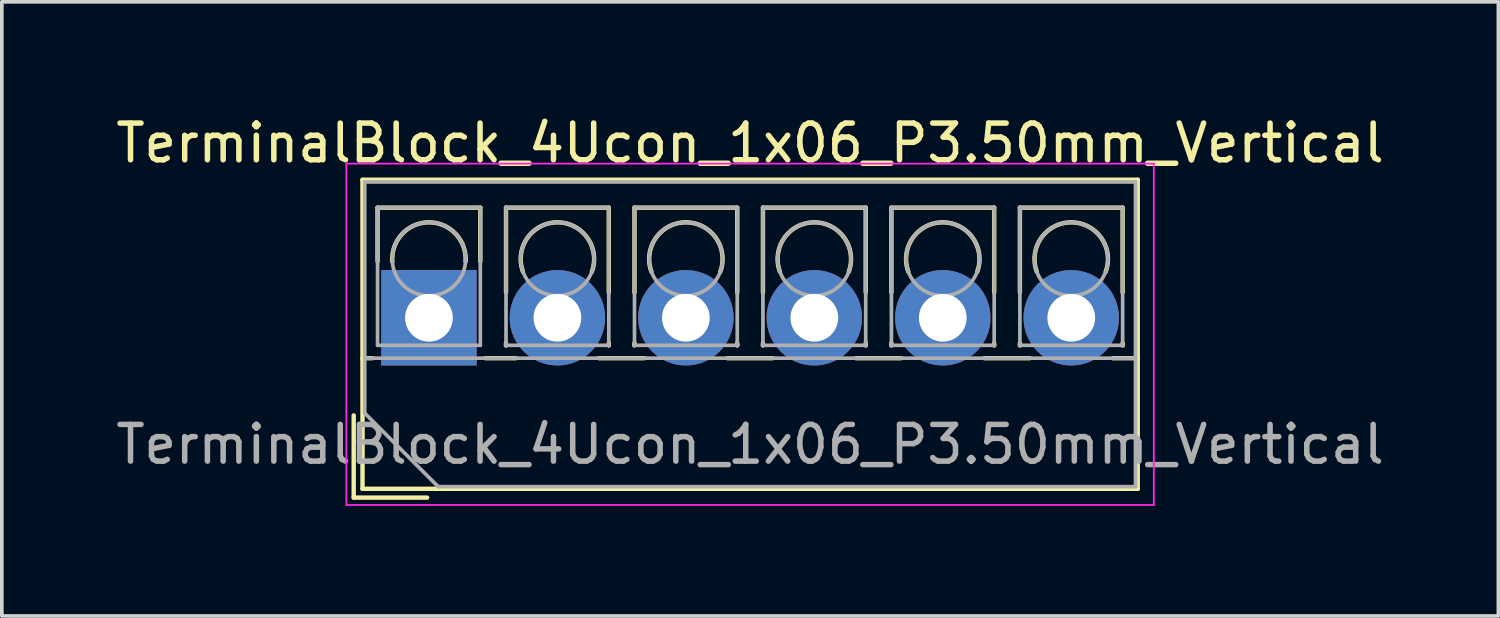
<source format=kicad_pcb>
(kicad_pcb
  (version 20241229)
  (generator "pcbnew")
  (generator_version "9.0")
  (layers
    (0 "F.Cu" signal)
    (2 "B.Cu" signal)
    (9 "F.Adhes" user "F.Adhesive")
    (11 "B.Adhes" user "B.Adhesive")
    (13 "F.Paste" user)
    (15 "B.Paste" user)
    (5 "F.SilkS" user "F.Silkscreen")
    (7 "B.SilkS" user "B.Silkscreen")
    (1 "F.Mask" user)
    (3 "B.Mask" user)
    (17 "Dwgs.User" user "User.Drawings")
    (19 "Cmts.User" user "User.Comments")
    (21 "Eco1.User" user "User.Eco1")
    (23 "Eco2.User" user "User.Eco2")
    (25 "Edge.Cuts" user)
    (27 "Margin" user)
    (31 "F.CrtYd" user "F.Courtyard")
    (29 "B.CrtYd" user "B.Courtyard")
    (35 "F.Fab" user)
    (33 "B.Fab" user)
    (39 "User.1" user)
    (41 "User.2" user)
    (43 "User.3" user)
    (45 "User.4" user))
  (footprint "TerminalBlock_4Ucon_1x06_P3.50mm_Vertical"
    (layer "F.Cu")
    (at 8.637 5.608)
    (property "Reference" "TerminalBlock_4Ucon_1x06_P3.50mm_Vertical" (at 8.75 -4.76 0) (layer "F.SilkS") (effects (font (size 1 1) (thickness 0.15))))
    (attr through_hole)
    (fp_line (start -2.05 2.66) (end -2.05 4.9) (stroke (width 0.12) (type solid)) (layer "F.SilkS"))
    (fp_line (start -2.05 4.9) (end -0.05 4.9) (stroke (width 0.12) (type solid)) (layer "F.SilkS"))
    (fp_line (start -1.81 -3.76) (end -1.81 4.66) (stroke (width 0.12) (type solid)) (layer "F.SilkS"))
    (fp_line (start -1.81 -3.76) (end 19.311 -3.76) (stroke (width 0.12) (type solid)) (layer "F.SilkS"))
    (fp_line (start -1.81 1.101) (end -1.54 1.101) (stroke (width 0.12) (type solid)) (layer "F.SilkS"))
    (fp_line (start -1.81 4.66) (end 19.311 4.66) (stroke (width 0.12) (type solid)) (layer "F.SilkS"))
    (fp_line (start -1.4 -3) (end -1.4 -1.54) (stroke (width 0.12) (type solid)) (layer "F.SilkS"))
    (fp_line (start -1.4 -3) (end 1.4 -3) (stroke (width 0.12) (type solid)) (layer "F.SilkS"))
    (fp_line (start 1.4 -3) (end 1.4 -1.54) (stroke (width 0.12) (type solid)) (layer "F.SilkS"))
    (fp_line (start 1.54 1.101) (end 2.367 1.101) (stroke (width 0.12) (type solid)) (layer "F.SilkS"))
    (fp_line (start 2.1 -3) (end 2.1 -0.689) (stroke (width 0.12) (type solid)) (layer "F.SilkS"))
    (fp_line (start 2.1 -3) (end 4.9 -3) (stroke (width 0.12) (type solid)) (layer "F.SilkS"))
    (fp_line (start 2.1 0.689) (end 2.1 0.75) (stroke (width 0.12) (type solid)) (layer "F.SilkS"))
    (fp_line (start 2.1 0.75) (end 2.101 0.75) (stroke (width 0.12) (type solid)) (layer "F.SilkS"))
    (fp_line (start 4.634 1.101) (end 5.867 1.101) (stroke (width 0.12) (type solid)) (layer "F.SilkS"))
    (fp_line (start 4.9 -3) (end 4.9 -0.689) (stroke (width 0.12) (type solid)) (layer "F.SilkS"))
    (fp_line (start 4.9 0.689) (end 4.9 0.75) (stroke (width 0.12) (type solid)) (layer "F.SilkS"))
    (fp_line (start 4.9 0.75) (end 4.9 0.75) (stroke (width 0.12) (type solid)) (layer "F.SilkS"))
    (fp_line (start 5.6 -3) (end 5.6 -0.689) (stroke (width 0.12) (type solid)) (layer "F.SilkS"))
    (fp_line (start 5.6 -3) (end 8.4 -3) (stroke (width 0.12) (type solid)) (layer "F.SilkS"))
    (fp_line (start 5.6 0.689) (end 5.6 0.75) (stroke (width 0.12) (type solid)) (layer "F.SilkS"))
    (fp_line (start 5.6 0.75) (end 5.601 0.75) (stroke (width 0.12) (type solid)) (layer "F.SilkS"))
    (fp_line (start 8.134 1.101) (end 9.367 1.101) (stroke (width 0.12) (type solid)) (layer "F.SilkS"))
    (fp_line (start 8.4 -3) (end 8.4 -0.689) (stroke (width 0.12) (type solid)) (layer "F.SilkS"))
    (fp_line (start 8.4 0.689) (end 8.4 0.75) (stroke (width 0.12) (type solid)) (layer "F.SilkS"))
    (fp_line (start 8.4 0.75) (end 8.4 0.75) (stroke (width 0.12) (type solid)) (layer "F.SilkS"))
    (fp_line (start 9.1 -3) (end 9.1 -0.689) (stroke (width 0.12) (type solid)) (layer "F.SilkS"))
    (fp_line (start 9.1 -3) (end 11.9 -3) (stroke (width 0.12) (type solid)) (layer "F.SilkS"))
    (fp_line (start 9.1 0.689) (end 9.1 0.75) (stroke (width 0.12) (type solid)) (layer "F.SilkS"))
    (fp_line (start 9.1 0.75) (end 9.101 0.75) (stroke (width 0.12) (type solid)) (layer "F.SilkS"))
    (fp_line (start 11.634 1.101) (end 12.867 1.101) (stroke (width 0.12) (type solid)) (layer "F.SilkS"))
    (fp_line (start 11.9 -3) (end 11.9 -0.689) (stroke (width 0.12) (type solid)) (layer "F.SilkS"))
    (fp_line (start 11.9 0.689) (end 11.9 0.75) (stroke (width 0.12) (type solid)) (layer "F.SilkS"))
    (fp_line (start 11.9 0.75) (end 11.9 0.75) (stroke (width 0.12) (type solid)) (layer "F.SilkS"))
    (fp_line (start 12.6 -3) (end 12.6 -0.689) (stroke (width 0.12) (type solid)) (layer "F.SilkS"))
    (fp_line (start 12.6 -3) (end 15.4 -3) (stroke (width 0.12) (type solid)) (layer "F.SilkS"))
    (fp_line (start 12.6 0.689) (end 12.6 0.75) (stroke (width 0.12) (type solid)) (layer "F.SilkS"))
    (fp_line (start 12.6 0.75) (end 12.601 0.75) (stroke (width 0.12) (type solid)) (layer "F.SilkS"))
    (fp_line (start 15.134 1.101) (end 16.367 1.101) (stroke (width 0.12) (type solid)) (layer "F.SilkS"))
    (fp_line (start 15.4 -3) (end 15.4 -0.689) (stroke (width 0.12) (type solid)) (layer "F.SilkS"))
    (fp_line (start 15.4 0.689) (end 15.4 0.75) (stroke (width 0.12) (type solid)) (layer "F.SilkS"))
    (fp_line (start 15.4 0.75) (end 15.4 0.75) (stroke (width 0.12) (type solid)) (layer "F.SilkS"))
    (fp_line (start 16.101 -3) (end 16.101 -0.689) (stroke (width 0.12) (type solid)) (layer "F.SilkS"))
    (fp_line (start 16.101 -3) (end 18.9 -3) (stroke (width 0.12) (type solid)) (layer "F.SilkS"))
    (fp_line (start 16.101 0.689) (end 16.101 0.75) (stroke (width 0.12) (type solid)) (layer "F.SilkS"))
    (fp_line (start 16.101 0.75) (end 16.101 0.75) (stroke (width 0.12) (type solid)) (layer "F.SilkS"))
    (fp_line (start 18.634 1.101) (end 19.311 1.101) (stroke (width 0.12) (type solid)) (layer "F.SilkS"))
    (fp_line (start 18.9 -3) (end 18.9 -0.689) (stroke (width 0.12) (type solid)) (layer "F.SilkS"))
    (fp_line (start 18.9 0.689) (end 18.9 0.75) (stroke (width 0.12) (type solid)) (layer "F.SilkS"))
    (fp_line (start 18.9 0.75) (end 18.9 0.75) (stroke (width 0.12) (type solid)) (layer "F.SilkS"))
    (fp_line (start 19.311 -3.76) (end 19.311 4.66) (stroke (width 0.12) (type solid)) (layer "F.SilkS"))
    (fp_arc (start -0.99789 -1.529434) (mid -0.000785 -2.600382) (end 0.998 -1.531) (stroke (width 0.12) (type solid)) (layer "F.SilkS"))
    (fp_arc (start 2.560085 -1.257767) (mid 3.499876 -2.600282) (end 4.44 -1.258) (stroke (width 0.12) (type solid)) (layer "F.SilkS"))
    (fp_arc (start 6.060085 -1.257767) (mid 6.999876 -2.600282) (end 7.94 -1.258) (stroke (width 0.12) (type solid)) (layer "F.SilkS"))
    (fp_arc (start 9.560085 -1.257767) (mid 10.499876 -2.600282) (end 11.44 -1.258) (stroke (width 0.12) (type solid)) (layer "F.SilkS"))
    (fp_arc (start 13.060085 -1.257767) (mid 13.999876 -2.600282) (end 14.94 -1.258) (stroke (width 0.12) (type solid)) (layer "F.SilkS"))
    (fp_arc (start 16.560085 -1.257767) (mid 17.499876 -2.600282) (end 18.44 -1.258) (stroke (width 0.12) (type solid)) (layer "F.SilkS"))
    (fp_line (start -2.25 -4.2) (end -2.25 5.1) (stroke (width 0.05) (type solid)) (layer "F.CrtYd"))
    (fp_line (start -2.25 5.1) (end 19.75 5.1) (stroke (width 0.05) (type solid)) (layer "F.CrtYd"))
    (fp_line (start 19.75 -4.2) (end -2.25 -4.2) (stroke (width 0.05) (type solid)) (layer "F.CrtYd"))
    (fp_line (start 19.75 5.1) (end 19.75 -4.2) (stroke (width 0.05) (type solid)) (layer "F.CrtYd"))
    (fp_line (start -1.75 -3.7) (end 19.25 -3.7) (stroke (width 0.1) (type solid)) (layer "F.Fab"))
    (fp_line (start -1.75 1.1) (end 19.25 1.1) (stroke (width 0.1) (type solid)) (layer "F.Fab"))
    (fp_line (start -1.75 2.6) (end -1.75 -3.7) (stroke (width 0.1) (type solid)) (layer "F.Fab"))
    (fp_line (start -1.4 -3) (end -1.4 0.75) (stroke (width 0.1) (type solid)) (layer "F.Fab"))
    (fp_line (start -1.4 0.75) (end 1.4 0.75) (stroke (width 0.1) (type solid)) (layer "F.Fab"))
    (fp_line (start 0.25 4.6) (end -1.75 2.6) (stroke (width 0.1) (type solid)) (layer "F.Fab"))
    (fp_line (start 1.4 -3) (end -1.4 -3) (stroke (width 0.1) (type solid)) (layer "F.Fab"))
    (fp_line (start 1.4 0.75) (end 1.4 -3) (stroke (width 0.1) (type solid)) (layer "F.Fab"))
    (fp_line (start 2.1 -3) (end 2.1 0.75) (stroke (width 0.1) (type solid)) (layer "F.Fab"))
    (fp_line (start 2.1 0.75) (end 4.9 0.75) (stroke (width 0.1) (type solid)) (layer "F.Fab"))
    (fp_line (start 4.9 -3) (end 2.1 -3) (stroke (width 0.1) (type solid)) (layer "F.Fab"))
    (fp_line (start 4.9 0.75) (end 4.9 -3) (stroke (width 0.1) (type solid)) (layer "F.Fab"))
    (fp_line (start 5.6 -3) (end 5.6 0.75) (stroke (width 0.1) (type solid)) (layer "F.Fab"))
    (fp_line (start 5.6 0.75) (end 8.4 0.75) (stroke (width 0.1) (type solid)) (layer "F.Fab"))
    (fp_line (start 8.4 -3) (end 5.6 -3) (stroke (width 0.1) (type solid)) (layer "F.Fab"))
    (fp_line (start 8.4 0.75) (end 8.4 -3) (stroke (width 0.1) (type solid)) (layer "F.Fab"))
    (fp_line (start 9.1 -3) (end 9.1 0.75) (stroke (width 0.1) (type solid)) (layer "F.Fab"))
    (fp_line (start 9.1 0.75) (end 11.9 0.75) (stroke (width 0.1) (type solid)) (layer "F.Fab"))
    (fp_line (start 11.9 -3) (end 9.1 -3) (stroke (width 0.1) (type solid)) (layer "F.Fab"))
    (fp_line (start 11.9 0.75) (end 11.9 -3) (stroke (width 0.1) (type solid)) (layer "F.Fab"))
    (fp_line (start 12.6 -3) (end 12.6 0.75) (stroke (width 0.1) (type solid)) (layer "F.Fab"))
    (fp_line (start 12.6 0.75) (end 15.4 0.75) (stroke (width 0.1) (type solid)) (layer "F.Fab"))
    (fp_line (start 15.4 -3) (end 12.6 -3) (stroke (width 0.1) (type solid)) (layer "F.Fab"))
    (fp_line (start 15.4 0.75) (end 15.4 -3) (stroke (width 0.1) (type solid)) (layer "F.Fab"))
    (fp_line (start 16.101 -3) (end 16.101 0.75) (stroke (width 0.1) (type solid)) (layer "F.Fab"))
    (fp_line (start 16.101 0.75) (end 18.9 0.75) (stroke (width 0.1) (type solid)) (layer "F.Fab"))
    (fp_line (start 18.9 -3) (end 16.101 -3) (stroke (width 0.1) (type solid)) (layer "F.Fab"))
    (fp_line (start 18.9 0.75) (end 18.9 -3) (stroke (width 0.1) (type solid)) (layer "F.Fab"))
    (fp_line (start 19.25 -3.7) (end 19.25 4.6) (stroke (width 0.1) (type solid)) (layer "F.Fab"))
    (fp_line (start 19.25 4.6) (end 0.25 4.6) (stroke (width 0.1) (type solid)) (layer "F.Fab"))
    (fp_circle (center 0 -1.6) (end 1 -1.6) (stroke (width 0.1) (type solid)) (fill no) (layer "F.Fab"))
    (fp_circle (center 3.5 -1.6) (end 4.5 -1.6) (stroke (width 0.1) (type solid)) (fill no) (layer "F.Fab"))
    (fp_circle (center 7 -1.6) (end 8 -1.6) (stroke (width 0.1) (type solid)) (fill no) (layer "F.Fab"))
    (fp_circle (center 10.5 -1.6) (end 11.5 -1.6) (stroke (width 0.1) (type solid)) (fill no) (layer "F.Fab"))
    (fp_circle (center 14 -1.6) (end 15 -1.6) (stroke (width 0.1) (type solid)) (fill no) (layer "F.Fab"))
    (fp_circle (center 17.5 -1.6) (end 18.5 -1.6) (stroke (width 0.1) (type solid)) (fill no) (layer "F.Fab"))
    (fp_text user "${REFERENCE}" (at 8.75 3.45 0) (layer "F.Fab") (effects (font (size 1 1) (thickness 0.15))))
    (pad "1" thru_hole rect (at 0 0) (size 2.6 2.6) (drill 1.3) (layers "*.Cu" "*.Mask"))
    (pad "2" thru_hole circle (at 3.5 0) (size 2.6 2.6) (drill 1.3) (layers "*.Cu" "*.Mask"))
    (pad "3" thru_hole circle (at 7 0) (size 2.6 2.6) (drill 1.3) (layers "*.Cu" "*.Mask"))
    (pad "4" thru_hole circle (at 10.5 0) (size 2.6 2.6) (drill 1.3) (layers "*.Cu" "*.Mask"))
    (pad "5" thru_hole circle (at 14 0) (size 2.6 2.6) (drill 1.3) (layers "*.Cu" "*.Mask"))
    (pad "6" thru_hole circle (at 17.5 0) (size 2.6 2.6) (drill 1.3) (layers "*.Cu" "*.Mask")))
  (gr_rect
    (start -3 -3)
    (end 37.774 13.733)
    (stroke (width 0.1) (type default))
    (fill no)
    (layer "Edge.Cuts")))
</source>
